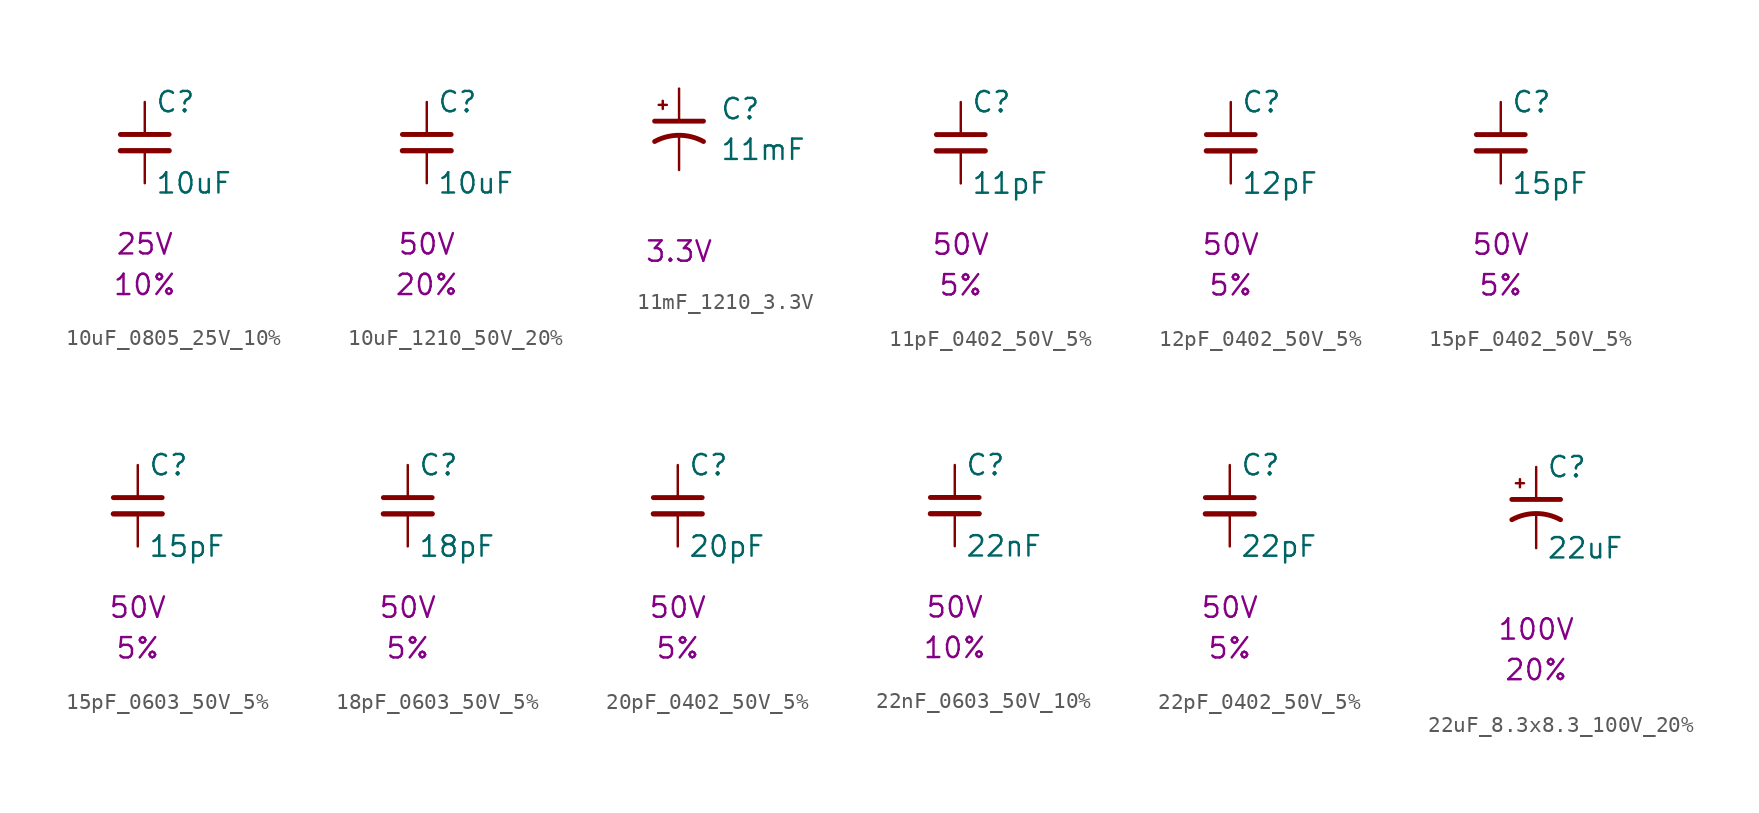
<source format=kicad_sym>
(kicad_symbol_lib
  (version 20241209)
  (generator "kicad_symbol_editor")
  (generator_version "9.0")
  (symbol "10uF_0805_25V_10%"
    (pin_numbers
      (hide yes))
    (pin_names
      (offset 0.254))
    (property "Reference" "C"
      (at 0.635 2.54 0)
      (effects (font (size 1.27 1.27)) (justify left)))
    (property "Value" "10uF"
      (at 0.635 -2.54 0)
      (effects (font (size 1.27 1.27)) (justify left)))
    (property "Voltage" "25V"
      (at 0 -6.35 0)
      (effects (font (size 1.27 1.27))))
    (property "Tolerance" "10%"
      (at 0 -8.89 0)
      (effects (font (size 1.27 1.27))))
    (symbol "10uF_0805_25V_10%_0_1"
      (polyline (pts (xy -1.524 0.508) (xy 1.524 0.508)) (stroke (width 0.305) (type default)) (fill (type none)))
      (polyline (pts (xy -1.524 -0.508) (xy 1.524 -0.508)) (stroke (width 0.33) (type default)) (fill (type none))))
    (symbol "10uF_0805_25V_10%_1_1"
      (pin passive line (at 0 2.54 270) (length 2.032) (name "~" (effects (font (size 1.27 1.27)))) (number "1" (effects (font (size 1.27 1.27)))))
      (pin passive line (at 0 -2.54 90) (length 2.032) (name "~" (effects (font (size 1.27 1.27)))) (number "2" (effects (font (size 1.27 1.27)))))))
  (symbol "10uF_1210_50V_20%"
    (pin_numbers
      (hide yes))
    (pin_names
      (offset 0.254))
    (property "Reference" "C"
      (at 0.635 2.54 0)
      (effects (font (size 1.27 1.27)) (justify left)))
    (property "Value" "10uF"
      (at 0.635 -2.54 0)
      (effects (font (size 1.27 1.27)) (justify left)))
    (property "Voltage" "50V"
      (at 0 -6.35 0)
      (effects (font (size 1.27 1.27))))
    (property "Tolerance" "20%"
      (at 0 -8.89 0)
      (effects (font (size 1.27 1.27))))
    (symbol "10uF_1210_50V_20%_0_1"
      (polyline (pts (xy -1.524 0.508) (xy 1.524 0.508)) (stroke (width 0.305) (type default)) (fill (type none)))
      (polyline (pts (xy -1.524 -0.508) (xy 1.524 -0.508)) (stroke (width 0.33) (type default)) (fill (type none))))
    (symbol "10uF_1210_50V_20%_1_1"
      (pin passive line (at 0 2.54 270) (length 2.032) (name "~" (effects (font (size 1.27 1.27)))) (number "1" (effects (font (size 1.27 1.27)))))
      (pin passive line (at 0 -2.54 90) (length 2.032) (name "~" (effects (font (size 1.27 1.27)))) (number "2" (effects (font (size 1.27 1.27)))))))
  (symbol "11mF_1210_3.3V"
    (pin_numbers
      (hide yes))
    (pin_names
      (offset 0.254)
      (hide yes))
    (property "Reference" "C"
      (at 2.54 1.27 0)
      (effects (font (size 1.27 1.27)) (justify left)))
    (property "Value" "11mF"
      (at 2.54 -1.27 0)
      (effects (font (size 1.27 1.27)) (justify left)))
    (property "Voltage" "3.3V"
      (at 0 -7.62 0)
      (effects (font (size 1.27 1.27))))
    (symbol "11mF_1210_3.3V_0_1"
      (polyline (pts (xy -1.524 0.508) (xy 1.524 0.508)) (stroke (width 0.305) (type default)) (fill (type none)))
      (polyline (pts (xy -1.27 1.524) (xy -0.762 1.524)) (stroke (width 0) (type default)) (fill (type none)))
      (polyline (pts (xy -1.016 1.27) (xy -1.016 1.778)) (stroke (width 0) (type default)) (fill (type none)))
      (arc (start -1.524 -0.762) (mid 0 -0.3734) (end 1.524 -0.762) (stroke (width 0.3048) (type default)) (fill (type none))))
    (symbol "11mF_1210_3.3V_1_1"
      (pin passive line (at 0 2.54 270) (length 2.032) (name "~" (effects (font (size 1.27 1.27)))) (number "1" (effects (font (size 1.27 1.27)))))
      (pin passive line (at 0 -2.54 90) (length 2.032) (name "~" (effects (font (size 1.27 1.27)))) (number "2" (effects (font (size 1.27 1.27)))))))
  (symbol "11pF_0402_50V_5%"
    (pin_numbers
      (hide yes))
    (pin_names
      (offset 0.254))
    (property "Reference" "C"
      (at 0.635 2.54 0)
      (effects (font (size 1.27 1.27)) (justify left)))
    (property "Value" "11pF"
      (at 0.635 -2.54 0)
      (effects (font (size 1.27 1.27)) (justify left)))
    (property "Voltage" "50V"
      (at 0 -6.35 0)
      (effects (font (size 1.27 1.27))))
    (property "Tolerance" "5%"
      (at 0 -8.89 0)
      (effects (font (size 1.27 1.27))))
    (symbol "11pF_0402_50V_5%_0_1"
      (polyline (pts (xy -1.524 0.508) (xy 1.524 0.508)) (stroke (width 0.305) (type default)) (fill (type none)))
      (polyline (pts (xy -1.524 -0.508) (xy 1.524 -0.508)) (stroke (width 0.33) (type default)) (fill (type none))))
    (symbol "11pF_0402_50V_5%_1_1"
      (pin passive line (at 0 2.54 270) (length 2.032) (name "~" (effects (font (size 1.27 1.27)))) (number "1" (effects (font (size 1.27 1.27)))))
      (pin passive line (at 0 -2.54 90) (length 2.032) (name "~" (effects (font (size 1.27 1.27)))) (number "2" (effects (font (size 1.27 1.27)))))))
  (symbol "12pF_0402_50V_5%"
    (pin_numbers
      (hide yes))
    (pin_names
      (offset 0.254))
    (property "Reference" "C"
      (at 0.635 2.54 0)
      (effects (font (size 1.27 1.27)) (justify left)))
    (property "Value" "12pF"
      (at 0.635 -2.54 0)
      (effects (font (size 1.27 1.27)) (justify left)))
    (property "Voltage" "50V"
      (at 0 -6.35 0)
      (effects (font (size 1.27 1.27))))
    (property "Tolerance" "5%"
      (at 0 -8.89 0)
      (effects (font (size 1.27 1.27))))
    (symbol "12pF_0402_50V_5%_0_1"
      (polyline (pts (xy -1.524 0.508) (xy 1.524 0.508)) (stroke (width 0.305) (type default)) (fill (type none)))
      (polyline (pts (xy -1.524 -0.508) (xy 1.524 -0.508)) (stroke (width 0.33) (type default)) (fill (type none))))
    (symbol "12pF_0402_50V_5%_1_1"
      (pin passive line (at 0 2.54 270) (length 2.032) (name "~" (effects (font (size 1.27 1.27)))) (number "1" (effects (font (size 1.27 1.27)))))
      (pin passive line (at 0 -2.54 90) (length 2.032) (name "~" (effects (font (size 1.27 1.27)))) (number "2" (effects (font (size 1.27 1.27)))))))
  (symbol "15pF_0402_50V_5%"
    (pin_numbers
      (hide yes))
    (pin_names
      (offset 0.254))
    (property "Reference" "C"
      (at 0.635 2.54 0)
      (effects (font (size 1.27 1.27)) (justify left)))
    (property "Value" "15pF"
      (at 0.635 -2.54 0)
      (effects (font (size 1.27 1.27)) (justify left)))
    (property "Voltage" "50V"
      (at 0 -6.35 0)
      (effects (font (size 1.27 1.27))))
    (property "Tolerance" "5%"
      (at 0 -8.89 0)
      (effects (font (size 1.27 1.27))))
    (symbol "15pF_0402_50V_5%_0_1"
      (polyline (pts (xy -1.524 0.508) (xy 1.524 0.508)) (stroke (width 0.305) (type default)) (fill (type none)))
      (polyline (pts (xy -1.524 -0.508) (xy 1.524 -0.508)) (stroke (width 0.33) (type default)) (fill (type none))))
    (symbol "15pF_0402_50V_5%_1_1"
      (pin passive line (at 0 2.54 270) (length 2.032) (name "~" (effects (font (size 1.27 1.27)))) (number "1" (effects (font (size 1.27 1.27)))))
      (pin passive line (at 0 -2.54 90) (length 2.032) (name "~" (effects (font (size 1.27 1.27)))) (number "2" (effects (font (size 1.27 1.27)))))))
  (symbol "15pF_0603_50V_5%"
    (pin_numbers
      (hide yes))
    (pin_names
      (offset 0.254))
    (property "Reference" "C"
      (at 0.635 2.54 0)
      (effects (font (size 1.27 1.27)) (justify left)))
    (property "Value" "15pF"
      (at 0.635 -2.54 0)
      (effects (font (size 1.27 1.27)) (justify left)))
    (property "Voltage" "50V"
      (at 0 -6.35 0)
      (effects (font (size 1.27 1.27))))
    (property "Tolerance" "5%"
      (at 0 -8.89 0)
      (effects (font (size 1.27 1.27))))
    (symbol "15pF_0603_50V_5%_0_1"
      (polyline (pts (xy -1.524 0.508) (xy 1.524 0.508)) (stroke (width 0.305) (type default)) (fill (type none)))
      (polyline (pts (xy -1.524 -0.508) (xy 1.524 -0.508)) (stroke (width 0.33) (type default)) (fill (type none))))
    (symbol "15pF_0603_50V_5%_1_1"
      (pin passive line (at 0 2.54 270) (length 2.032) (name "~" (effects (font (size 1.27 1.27)))) (number "1" (effects (font (size 1.27 1.27)))))
      (pin passive line (at 0 -2.54 90) (length 2.032) (name "~" (effects (font (size 1.27 1.27)))) (number "2" (effects (font (size 1.27 1.27)))))))
  (symbol "18pF_0603_50V_5%"
    (pin_numbers
      (hide yes))
    (pin_names
      (offset 0.254))
    (property "Reference" "C"
      (at 0.635 2.54 0)
      (effects (font (size 1.27 1.27)) (justify left)))
    (property "Value" "18pF"
      (at 0.635 -2.54 0)
      (effects (font (size 1.27 1.27)) (justify left)))
    (property "Voltage" "50V"
      (at 0 -6.35 0)
      (effects (font (size 1.27 1.27))))
    (property "Tolerance" "5%"
      (at 0 -8.89 0)
      (effects (font (size 1.27 1.27))))
    (symbol "18pF_0603_50V_5%_0_1"
      (polyline (pts (xy -1.524 0.508) (xy 1.524 0.508)) (stroke (width 0.305) (type default)) (fill (type none)))
      (polyline (pts (xy -1.524 -0.508) (xy 1.524 -0.508)) (stroke (width 0.33) (type default)) (fill (type none))))
    (symbol "18pF_0603_50V_5%_1_1"
      (pin passive line (at 0 2.54 270) (length 2.032) (name "~" (effects (font (size 1.27 1.27)))) (number "1" (effects (font (size 1.27 1.27)))))
      (pin passive line (at 0 -2.54 90) (length 2.032) (name "~" (effects (font (size 1.27 1.27)))) (number "2" (effects (font (size 1.27 1.27)))))))
  (symbol "20pF_0402_50V_5%"
    (pin_numbers
      (hide yes))
    (pin_names
      (offset 0.254))
    (property "Reference" "C"
      (at 0.635 2.54 0)
      (effects (font (size 1.27 1.27)) (justify left)))
    (property "Value" "20pF"
      (at 0.635 -2.54 0)
      (effects (font (size 1.27 1.27)) (justify left)))
    (property "Voltage" "50V"
      (at 0 -6.35 0)
      (effects (font (size 1.27 1.27))))
    (property "Tolerance" "5%"
      (at 0 -8.89 0)
      (effects (font (size 1.27 1.27))))
    (symbol "20pF_0402_50V_5%_0_1"
      (polyline (pts (xy -1.524 0.508) (xy 1.524 0.508)) (stroke (width 0.305) (type default)) (fill (type none)))
      (polyline (pts (xy -1.524 -0.508) (xy 1.524 -0.508)) (stroke (width 0.33) (type default)) (fill (type none))))
    (symbol "20pF_0402_50V_5%_1_1"
      (pin passive line (at 0 2.54 270) (length 2.032) (name "~" (effects (font (size 1.27 1.27)))) (number "1" (effects (font (size 1.27 1.27)))))
      (pin passive line (at 0 -2.54 90) (length 2.032) (name "~" (effects (font (size 1.27 1.27)))) (number "2" (effects (font (size 1.27 1.27)))))))
  (symbol "22nF_0603_50V_10%"
    (pin_numbers
      (hide yes))
    (pin_names
      (offset 0.254))
    (property "Reference" "C"
      (at 0.635 2.54 0)
      (effects (font (size 1.27 1.27)) (justify left)))
    (property "Value" "22nF"
      (at 0.635 -2.54 0)
      (effects (font (size 1.27 1.27)) (justify left)))
    (property "Voltage" "50V"
      (at 0 -6.35 0)
      (effects (font (size 1.27 1.27))))
    (property "Tolerance" "10%"
      (at 0 -8.89 0)
      (effects (font (size 1.27 1.27))))
    (symbol "22nF_0603_50V_10%_0_1"
      (polyline (pts (xy -1.524 0.508) (xy 1.524 0.508)) (stroke (width 0.305) (type default)) (fill (type none)))
      (polyline (pts (xy -1.524 -0.508) (xy 1.524 -0.508)) (stroke (width 0.33) (type default)) (fill (type none))))
    (symbol "22nF_0603_50V_10%_1_1"
      (pin passive line (at 0 2.54 270) (length 2.032) (name "~" (effects (font (size 1.27 1.27)))) (number "1" (effects (font (size 1.27 1.27)))))
      (pin passive line (at 0 -2.54 90) (length 2.032) (name "~" (effects (font (size 1.27 1.27)))) (number "2" (effects (font (size 1.27 1.27)))))))
  (symbol "22pF_0402_50V_5%"
    (pin_numbers
      (hide yes))
    (pin_names
      (offset 0.254))
    (property "Reference" "C"
      (at 0.635 2.54 0)
      (effects (font (size 1.27 1.27)) (justify left)))
    (property "Value" "22pF"
      (at 0.635 -2.54 0)
      (effects (font (size 1.27 1.27)) (justify left)))
    (property "Voltage" "50V"
      (at 0 -6.35 0)
      (effects (font (size 1.27 1.27))))
    (property "Tolerance" "5%"
      (at 0 -8.89 0)
      (effects (font (size 1.27 1.27))))
    (symbol "22pF_0402_50V_5%_0_1"
      (polyline (pts (xy -1.524 0.508) (xy 1.524 0.508)) (stroke (width 0.305) (type default)) (fill (type none)))
      (polyline (pts (xy -1.524 -0.508) (xy 1.524 -0.508)) (stroke (width 0.33) (type default)) (fill (type none))))
    (symbol "22pF_0402_50V_5%_1_1"
      (pin passive line (at 0 2.54 270) (length 2.032) (name "~" (effects (font (size 1.27 1.27)))) (number "1" (effects (font (size 1.27 1.27)))))
      (pin passive line (at 0 -2.54 90) (length 2.032) (name "~" (effects (font (size 1.27 1.27)))) (number "2" (effects (font (size 1.27 1.27)))))))
  (symbol "22uF_8.3x8.3_100V_20%"
    (pin_numbers
      (hide yes))
    (pin_names
      (offset 0.254)
      (hide yes))
    (property "Reference" "C"
      (at 0.635 2.54 0)
      (effects (font (size 1.27 1.27)) (justify left)))
    (property "Value" "22uF"
      (at 0.635 -2.54 0)
      (effects (font (size 1.27 1.27)) (justify left)))
    (property "Voltage" "100V"
      (at 0 -7.62 0)
      (effects (font (size 1.27 1.27))))
    (property "Tolerance" "20%"
      (at 0 -10.16 0)
      (effects (font (size 1.27 1.27))))
    (symbol "22uF_8.3x8.3_100V_20%_0_1"
      (polyline (pts (xy -1.524 0.508) (xy 1.524 0.508)) (stroke (width 0.305) (type default)) (fill (type none)))
      (polyline (pts (xy -1.27 1.524) (xy -0.762 1.524)) (stroke (width 0) (type default)) (fill (type none)))
      (polyline (pts (xy -1.016 1.27) (xy -1.016 1.778)) (stroke (width 0) (type default)) (fill (type none)))
      (arc (start -1.524 -0.762) (mid 0 -0.3734) (end 1.524 -0.762) (stroke (width 0.3048) (type default)) (fill (type none))))
    (symbol "22uF_8.3x8.3_100V_20%_1_1"
      (pin passive line (at 0 2.54 270) (length 2.032) (name "~" (effects (font (size 1.27 1.27)))) (number "1" (effects (font (size 1.27 1.27)))))
      (pin passive line (at 0 -2.54 90) (length 2.032) (name "~" (effects (font (size 1.27 1.27)))) (number "2" (effects (font (size 1.27 1.27))))))))
</source>
